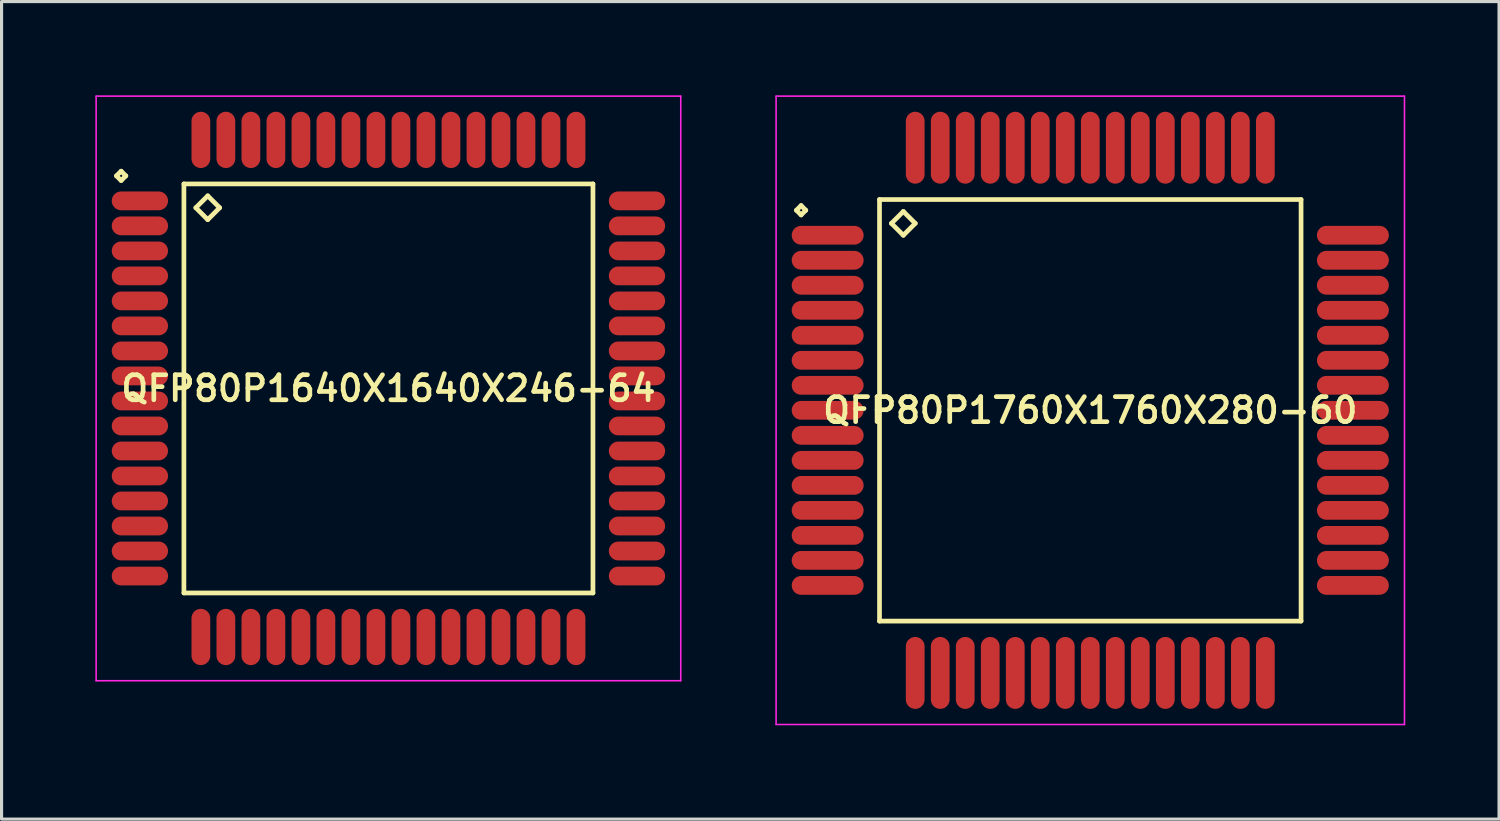
<source format=kicad_pcb>
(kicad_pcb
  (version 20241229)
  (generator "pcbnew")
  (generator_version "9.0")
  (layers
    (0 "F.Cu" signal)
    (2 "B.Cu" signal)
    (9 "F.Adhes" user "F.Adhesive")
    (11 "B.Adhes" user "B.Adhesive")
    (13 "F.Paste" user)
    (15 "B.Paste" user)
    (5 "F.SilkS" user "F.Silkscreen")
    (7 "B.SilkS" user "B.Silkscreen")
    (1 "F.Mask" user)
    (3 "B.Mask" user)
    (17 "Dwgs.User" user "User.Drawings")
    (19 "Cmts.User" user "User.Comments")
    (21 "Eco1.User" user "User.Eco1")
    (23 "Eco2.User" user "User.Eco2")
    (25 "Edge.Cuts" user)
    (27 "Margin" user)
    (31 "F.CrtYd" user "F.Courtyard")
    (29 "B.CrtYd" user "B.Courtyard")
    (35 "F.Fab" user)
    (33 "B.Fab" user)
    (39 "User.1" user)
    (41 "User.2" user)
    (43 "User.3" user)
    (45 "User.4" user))
  (footprint "QFP80P1640X1640X246-64"
    (layer "F.Cu")
    (at 9.375 9.375)
    (property "Reference" "QFP80P1640X1640X246-64" (at 0 0 0) (layer "F.SilkS") (effects (font (size 0.8 0.8) (thickness 0.15))))
    (attr smd)
    (fp_line (start -8.7 -6.8) (end -8.55 -6.95) (stroke (width 0.15) (type solid)) (layer "F.SilkS"))
    (fp_line (start -8.55 -6.95) (end -8.4 -6.8) (stroke (width 0.15) (type solid)) (layer "F.SilkS"))
    (fp_line (start -8.55 -6.65) (end -8.7 -6.8) (stroke (width 0.15) (type solid)) (layer "F.SilkS"))
    (fp_line (start -8.4 -6.8) (end -8.55 -6.65) (stroke (width 0.15) (type solid)) (layer "F.SilkS"))
    (fp_line (start -6.542 -6.542) (end -6.542 6.542) (stroke (width 0.15) (type solid)) (layer "F.SilkS"))
    (fp_line (start -6.542 6.542) (end 6.542 6.542) (stroke (width 0.15) (type solid)) (layer "F.SilkS"))
    (fp_line (start -6.161 -5.78) (end -5.78 -6.161) (stroke (width 0.15) (type solid)) (layer "F.SilkS"))
    (fp_line (start -5.78 -6.161) (end -5.399 -5.78) (stroke (width 0.15) (type solid)) (layer "F.SilkS"))
    (fp_line (start -5.78 -5.399) (end -6.161 -5.78) (stroke (width 0.15) (type solid)) (layer "F.SilkS"))
    (fp_line (start -5.399 -5.78) (end -5.78 -5.399) (stroke (width 0.15) (type solid)) (layer "F.SilkS"))
    (fp_line (start 6.542 -6.542) (end -6.542 -6.542) (stroke (width 0.15) (type solid)) (layer "F.SilkS"))
    (fp_line (start 6.542 6.542) (end 6.542 -6.542) (stroke (width 0.15) (type solid)) (layer "F.SilkS"))
    (fp_line (start -9.35 -9.35) (end 9.35 -9.35) (stroke (width 0.05) (type solid)) (layer "F.CrtYd"))
    (fp_line (start -9.35 9.35) (end -9.35 -9.35) (stroke (width 0.05) (type solid)) (layer "F.CrtYd"))
    (fp_line (start 9.35 -9.35) (end 9.35 9.35) (stroke (width 0.05) (type solid)) (layer "F.CrtYd"))
    (fp_line (start 9.35 9.35) (end -9.35 9.35) (stroke (width 0.05) (type solid)) (layer "F.CrtYd"))
    (pad "1" smd oval (at -7.95 -6) (size 1.8 0.6) (layers "F.Cu" "F.Mask" "F.Paste"))
    (pad "2" smd oval (at -7.95 -5.2) (size 1.8 0.6) (layers "F.Cu" "F.Mask" "F.Paste"))
    (pad "3" smd oval (at -7.95 -4.4) (size 1.8 0.6) (layers "F.Cu" "F.Mask" "F.Paste"))
    (pad "4" smd oval (at -7.95 -3.6) (size 1.8 0.6) (layers "F.Cu" "F.Mask" "F.Paste"))
    (pad "5" smd oval (at -7.95 -2.8) (size 1.8 0.6) (layers "F.Cu" "F.Mask" "F.Paste"))
    (pad "6" smd oval (at -7.95 -2) (size 1.8 0.6) (layers "F.Cu" "F.Mask" "F.Paste"))
    (pad "7" smd oval (at -7.95 -1.2) (size 1.8 0.6) (layers "F.Cu" "F.Mask" "F.Paste"))
    (pad "8" smd oval (at -7.95 -0.4) (size 1.8 0.6) (layers "F.Cu" "F.Mask" "F.Paste"))
    (pad "9" smd oval (at -7.95 0.4) (size 1.8 0.6) (layers "F.Cu" "F.Mask" "F.Paste"))
    (pad "10" smd oval (at -7.95 1.2) (size 1.8 0.6) (layers "F.Cu" "F.Mask" "F.Paste"))
    (pad "11" smd oval (at -7.95 2) (size 1.8 0.6) (layers "F.Cu" "F.Mask" "F.Paste"))
    (pad "12" smd oval (at -7.95 2.8) (size 1.8 0.6) (layers "F.Cu" "F.Mask" "F.Paste"))
    (pad "13" smd oval (at -7.95 3.6) (size 1.8 0.6) (layers "F.Cu" "F.Mask" "F.Paste"))
    (pad "14" smd oval (at -7.95 4.4) (size 1.8 0.6) (layers "F.Cu" "F.Mask" "F.Paste"))
    (pad "15" smd oval (at -7.95 5.2) (size 1.8 0.6) (layers "F.Cu" "F.Mask" "F.Paste"))
    (pad "16" smd oval (at -7.95 6) (size 1.8 0.6) (layers "F.Cu" "F.Mask" "F.Paste"))
    (pad "17" smd oval (at -6 7.95) (size 0.6 1.8) (layers "F.Cu" "F.Mask" "F.Paste"))
    (pad "18" smd oval (at -5.2 7.95) (size 0.6 1.8) (layers "F.Cu" "F.Mask" "F.Paste"))
    (pad "19" smd oval (at -4.4 7.95) (size 0.6 1.8) (layers "F.Cu" "F.Mask" "F.Paste"))
    (pad "20" smd oval (at -3.6 7.95) (size 0.6 1.8) (layers "F.Cu" "F.Mask" "F.Paste"))
    (pad "21" smd oval (at -2.8 7.95) (size 0.6 1.8) (layers "F.Cu" "F.Mask" "F.Paste"))
    (pad "22" smd oval (at -2 7.95) (size 0.6 1.8) (layers "F.Cu" "F.Mask" "F.Paste"))
    (pad "23" smd oval (at -1.2 7.95) (size 0.6 1.8) (layers "F.Cu" "F.Mask" "F.Paste"))
    (pad "24" smd oval (at -0.4 7.95) (size 0.6 1.8) (layers "F.Cu" "F.Mask" "F.Paste"))
    (pad "25" smd oval (at 0.4 7.95) (size 0.6 1.8) (layers "F.Cu" "F.Mask" "F.Paste"))
    (pad "26" smd oval (at 1.2 7.95) (size 0.6 1.8) (layers "F.Cu" "F.Mask" "F.Paste"))
    (pad "27" smd oval (at 2 7.95) (size 0.6 1.8) (layers "F.Cu" "F.Mask" "F.Paste"))
    (pad "28" smd oval (at 2.8 7.95) (size 0.6 1.8) (layers "F.Cu" "F.Mask" "F.Paste"))
    (pad "29" smd oval (at 3.6 7.95) (size 0.6 1.8) (layers "F.Cu" "F.Mask" "F.Paste"))
    (pad "30" smd oval (at 4.4 7.95) (size 0.6 1.8) (layers "F.Cu" "F.Mask" "F.Paste"))
    (pad "31" smd oval (at 5.2 7.95) (size 0.6 1.8) (layers "F.Cu" "F.Mask" "F.Paste"))
    (pad "32" smd oval (at 6 7.95) (size 0.6 1.8) (layers "F.Cu" "F.Mask" "F.Paste"))
    (pad "33" smd oval (at 7.95 6) (size 1.8 0.6) (layers "F.Cu" "F.Mask" "F.Paste"))
    (pad "34" smd oval (at 7.95 5.2) (size 1.8 0.6) (layers "F.Cu" "F.Mask" "F.Paste"))
    (pad "35" smd oval (at 7.95 4.4) (size 1.8 0.6) (layers "F.Cu" "F.Mask" "F.Paste"))
    (pad "36" smd oval (at 7.95 3.6) (size 1.8 0.6) (layers "F.Cu" "F.Mask" "F.Paste"))
    (pad "37" smd oval (at 7.95 2.8) (size 1.8 0.6) (layers "F.Cu" "F.Mask" "F.Paste"))
    (pad "38" smd oval (at 7.95 2) (size 1.8 0.6) (layers "F.Cu" "F.Mask" "F.Paste"))
    (pad "39" smd oval (at 7.95 1.2) (size 1.8 0.6) (layers "F.Cu" "F.Mask" "F.Paste"))
    (pad "40" smd oval (at 7.95 0.4) (size 1.8 0.6) (layers "F.Cu" "F.Mask" "F.Paste"))
    (pad "41" smd oval (at 7.95 -0.4) (size 1.8 0.6) (layers "F.Cu" "F.Mask" "F.Paste"))
    (pad "42" smd oval (at 7.95 -1.2) (size 1.8 0.6) (layers "F.Cu" "F.Mask" "F.Paste"))
    (pad "43" smd oval (at 7.95 -2) (size 1.8 0.6) (layers "F.Cu" "F.Mask" "F.Paste"))
    (pad "44" smd oval (at 7.95 -2.8) (size 1.8 0.6) (layers "F.Cu" "F.Mask" "F.Paste"))
    (pad "45" smd oval (at 7.95 -3.6) (size 1.8 0.6) (layers "F.Cu" "F.Mask" "F.Paste"))
    (pad "46" smd oval (at 7.95 -4.4) (size 1.8 0.6) (layers "F.Cu" "F.Mask" "F.Paste"))
    (pad "47" smd oval (at 7.95 -5.2) (size 1.8 0.6) (layers "F.Cu" "F.Mask" "F.Paste"))
    (pad "48" smd oval (at 7.95 -6) (size 1.8 0.6) (layers "F.Cu" "F.Mask" "F.Paste"))
    (pad "49" smd oval (at 6 -7.95) (size 0.6 1.8) (layers "F.Cu" "F.Mask" "F.Paste"))
    (pad "50" smd oval (at 5.2 -7.95) (size 0.6 1.8) (layers "F.Cu" "F.Mask" "F.Paste"))
    (pad "51" smd oval (at 4.4 -7.95) (size 0.6 1.8) (layers "F.Cu" "F.Mask" "F.Paste"))
    (pad "52" smd oval (at 3.6 -7.95) (size 0.6 1.8) (layers "F.Cu" "F.Mask" "F.Paste"))
    (pad "53" smd oval (at 2.8 -7.95) (size 0.6 1.8) (layers "F.Cu" "F.Mask" "F.Paste"))
    (pad "54" smd oval (at 2 -7.95) (size 0.6 1.8) (layers "F.Cu" "F.Mask" "F.Paste"))
    (pad "55" smd oval (at 1.2 -7.95) (size 0.6 1.8) (layers "F.Cu" "F.Mask" "F.Paste"))
    (pad "56" smd oval (at 0.4 -7.95) (size 0.6 1.8) (layers "F.Cu" "F.Mask" "F.Paste"))
    (pad "57" smd oval (at -0.4 -7.95) (size 0.6 1.8) (layers "F.Cu" "F.Mask" "F.Paste"))
    (pad "58" smd oval (at -1.2 -7.95) (size 0.6 1.8) (layers "F.Cu" "F.Mask" "F.Paste"))
    (pad "59" smd oval (at -2 -7.95) (size 0.6 1.8) (layers "F.Cu" "F.Mask" "F.Paste"))
    (pad "60" smd oval (at -2.8 -7.95) (size 0.6 1.8) (layers "F.Cu" "F.Mask" "F.Paste"))
    (pad "61" smd oval (at -3.6 -7.95) (size 0.6 1.8) (layers "F.Cu" "F.Mask" "F.Paste"))
    (pad "62" smd oval (at -4.4 -7.95) (size 0.6 1.8) (layers "F.Cu" "F.Mask" "F.Paste"))
    (pad "63" smd oval (at -5.2 -7.95) (size 0.6 1.8) (layers "F.Cu" "F.Mask" "F.Paste"))
    (pad "64" smd oval (at -6 -7.95) (size 0.6 1.8) (layers "F.Cu" "F.Mask" "F.Paste")))
  (footprint "QFP80P1760X1760X280-60"
    (layer "F.Cu")
    (at 31.825 10.075)
    (property "Reference" "QFP80P1760X1760X280-60" (at 0 0 0) (layer "F.SilkS") (effects (font (size 0.8 0.8) (thickness 0.15))))
    (attr smd)
    (fp_line (start -9.4 -6.4) (end -9.25 -6.55) (stroke (width 0.15) (type solid)) (layer "F.SilkS"))
    (fp_line (start -9.25 -6.55) (end -9.1 -6.4) (stroke (width 0.15) (type solid)) (layer "F.SilkS"))
    (fp_line (start -9.25 -6.25) (end -9.4 -6.4) (stroke (width 0.15) (type solid)) (layer "F.SilkS"))
    (fp_line (start -9.1 -6.4) (end -9.25 -6.25) (stroke (width 0.15) (type solid)) (layer "F.SilkS"))
    (fp_line (start -6.742 -6.742) (end -6.742 6.742) (stroke (width 0.15) (type solid)) (layer "F.SilkS"))
    (fp_line (start -6.742 6.742) (end 6.742 6.742) (stroke (width 0.15) (type solid)) (layer "F.SilkS"))
    (fp_line (start -6.361 -5.98) (end -5.98 -6.361) (stroke (width 0.15) (type solid)) (layer "F.SilkS"))
    (fp_line (start -5.98 -6.361) (end -5.599 -5.98) (stroke (width 0.15) (type solid)) (layer "F.SilkS"))
    (fp_line (start -5.98 -5.599) (end -6.361 -5.98) (stroke (width 0.15) (type solid)) (layer "F.SilkS"))
    (fp_line (start -5.599 -5.98) (end -5.98 -5.599) (stroke (width 0.15) (type solid)) (layer "F.SilkS"))
    (fp_line (start 6.742 -6.742) (end -6.742 -6.742) (stroke (width 0.15) (type solid)) (layer "F.SilkS"))
    (fp_line (start 6.742 6.742) (end 6.742 -6.742) (stroke (width 0.15) (type solid)) (layer "F.SilkS"))
    (fp_line (start -10.05 -10.05) (end 10.05 -10.05) (stroke (width 0.05) (type solid)) (layer "F.CrtYd"))
    (fp_line (start -10.05 10.05) (end -10.05 -10.05) (stroke (width 0.05) (type solid)) (layer "F.CrtYd"))
    (fp_line (start 10.05 -10.05) (end 10.05 10.05) (stroke (width 0.05) (type solid)) (layer "F.CrtYd"))
    (fp_line (start 10.05 10.05) (end -10.05 10.05) (stroke (width 0.05) (type solid)) (layer "F.CrtYd"))
    (pad "1" smd oval (at -8.4 -5.6) (size 2.3 0.6) (layers "F.Cu" "F.Mask" "F.Paste"))
    (pad "2" smd oval (at -8.4 -4.8) (size 2.3 0.6) (layers "F.Cu" "F.Mask" "F.Paste"))
    (pad "3" smd oval (at -8.4 -4) (size 2.3 0.6) (layers "F.Cu" "F.Mask" "F.Paste"))
    (pad "4" smd oval (at -8.4 -3.2) (size 2.3 0.6) (layers "F.Cu" "F.Mask" "F.Paste"))
    (pad "5" smd oval (at -8.4 -2.4) (size 2.3 0.6) (layers "F.Cu" "F.Mask" "F.Paste"))
    (pad "6" smd oval (at -8.4 -1.6) (size 2.3 0.6) (layers "F.Cu" "F.Mask" "F.Paste"))
    (pad "7" smd oval (at -8.4 -0.8) (size 2.3 0.6) (layers "F.Cu" "F.Mask" "F.Paste"))
    (pad "8" smd oval (at -8.4 0) (size 2.3 0.6) (layers "F.Cu" "F.Mask" "F.Paste"))
    (pad "9" smd oval (at -8.4 0.8) (size 2.3 0.6) (layers "F.Cu" "F.Mask" "F.Paste"))
    (pad "10" smd oval (at -8.4 1.6) (size 2.3 0.6) (layers "F.Cu" "F.Mask" "F.Paste"))
    (pad "11" smd oval (at -8.4 2.4) (size 2.3 0.6) (layers "F.Cu" "F.Mask" "F.Paste"))
    (pad "12" smd oval (at -8.4 3.2) (size 2.3 0.6) (layers "F.Cu" "F.Mask" "F.Paste"))
    (pad "13" smd oval (at -8.4 4) (size 2.3 0.6) (layers "F.Cu" "F.Mask" "F.Paste"))
    (pad "14" smd oval (at -8.4 4.8) (size 2.3 0.6) (layers "F.Cu" "F.Mask" "F.Paste"))
    (pad "15" smd oval (at -8.4 5.6) (size 2.3 0.6) (layers "F.Cu" "F.Mask" "F.Paste"))
    (pad "16" smd oval (at -5.6 8.4) (size 0.6 2.3) (layers "F.Cu" "F.Mask" "F.Paste"))
    (pad "17" smd oval (at -4.8 8.4) (size 0.6 2.3) (layers "F.Cu" "F.Mask" "F.Paste"))
    (pad "18" smd oval (at -4 8.4) (size 0.6 2.3) (layers "F.Cu" "F.Mask" "F.Paste"))
    (pad "19" smd oval (at -3.2 8.4) (size 0.6 2.3) (layers "F.Cu" "F.Mask" "F.Paste"))
    (pad "20" smd oval (at -2.4 8.4) (size 0.6 2.3) (layers "F.Cu" "F.Mask" "F.Paste"))
    (pad "21" smd oval (at -1.6 8.4) (size 0.6 2.3) (layers "F.Cu" "F.Mask" "F.Paste"))
    (pad "22" smd oval (at -0.8 8.4) (size 0.6 2.3) (layers "F.Cu" "F.Mask" "F.Paste"))
    (pad "23" smd oval (at 0 8.4) (size 0.6 2.3) (layers "F.Cu" "F.Mask" "F.Paste"))
    (pad "24" smd oval (at 0.8 8.4) (size 0.6 2.3) (layers "F.Cu" "F.Mask" "F.Paste"))
    (pad "25" smd oval (at 1.6 8.4) (size 0.6 2.3) (layers "F.Cu" "F.Mask" "F.Paste"))
    (pad "26" smd oval (at 2.4 8.4) (size 0.6 2.3) (layers "F.Cu" "F.Mask" "F.Paste"))
    (pad "27" smd oval (at 3.2 8.4) (size 0.6 2.3) (layers "F.Cu" "F.Mask" "F.Paste"))
    (pad "28" smd oval (at 4 8.4) (size 0.6 2.3) (layers "F.Cu" "F.Mask" "F.Paste"))
    (pad "29" smd oval (at 4.8 8.4) (size 0.6 2.3) (layers "F.Cu" "F.Mask" "F.Paste"))
    (pad "30" smd oval (at 5.6 8.4) (size 0.6 2.3) (layers "F.Cu" "F.Mask" "F.Paste"))
    (pad "31" smd oval (at 8.4 5.6) (size 2.3 0.6) (layers "F.Cu" "F.Mask" "F.Paste"))
    (pad "32" smd oval (at 8.4 4.8) (size 2.3 0.6) (layers "F.Cu" "F.Mask" "F.Paste"))
    (pad "33" smd oval (at 8.4 4) (size 2.3 0.6) (layers "F.Cu" "F.Mask" "F.Paste"))
    (pad "34" smd oval (at 8.4 3.2) (size 2.3 0.6) (layers "F.Cu" "F.Mask" "F.Paste"))
    (pad "35" smd oval (at 8.4 2.4) (size 2.3 0.6) (layers "F.Cu" "F.Mask" "F.Paste"))
    (pad "36" smd oval (at 8.4 1.6) (size 2.3 0.6) (layers "F.Cu" "F.Mask" "F.Paste"))
    (pad "37" smd oval (at 8.4 0.8) (size 2.3 0.6) (layers "F.Cu" "F.Mask" "F.Paste"))
    (pad "38" smd oval (at 8.4 0) (size 2.3 0.6) (layers "F.Cu" "F.Mask" "F.Paste"))
    (pad "39" smd oval (at 8.4 -0.8) (size 2.3 0.6) (layers "F.Cu" "F.Mask" "F.Paste"))
    (pad "40" smd oval (at 8.4 -1.6) (size 2.3 0.6) (layers "F.Cu" "F.Mask" "F.Paste"))
    (pad "41" smd oval (at 8.4 -2.4) (size 2.3 0.6) (layers "F.Cu" "F.Mask" "F.Paste"))
    (pad "42" smd oval (at 8.4 -3.2) (size 2.3 0.6) (layers "F.Cu" "F.Mask" "F.Paste"))
    (pad "43" smd oval (at 8.4 -4) (size 2.3 0.6) (layers "F.Cu" "F.Mask" "F.Paste"))
    (pad "44" smd oval (at 8.4 -4.8) (size 2.3 0.6) (layers "F.Cu" "F.Mask" "F.Paste"))
    (pad "45" smd oval (at 8.4 -5.6) (size 2.3 0.6) (layers "F.Cu" "F.Mask" "F.Paste"))
    (pad "46" smd oval (at 5.6 -8.4) (size 0.6 2.3) (layers "F.Cu" "F.Mask" "F.Paste"))
    (pad "47" smd oval (at 4.8 -8.4) (size 0.6 2.3) (layers "F.Cu" "F.Mask" "F.Paste"))
    (pad "48" smd oval (at 4 -8.4) (size 0.6 2.3) (layers "F.Cu" "F.Mask" "F.Paste"))
    (pad "49" smd oval (at 3.2 -8.4) (size 0.6 2.3) (layers "F.Cu" "F.Mask" "F.Paste"))
    (pad "50" smd oval (at 2.4 -8.4) (size 0.6 2.3) (layers "F.Cu" "F.Mask" "F.Paste"))
    (pad "51" smd oval (at 1.6 -8.4) (size 0.6 2.3) (layers "F.Cu" "F.Mask" "F.Paste"))
    (pad "52" smd oval (at 0.8 -8.4) (size 0.6 2.3) (layers "F.Cu" "F.Mask" "F.Paste"))
    (pad "53" smd oval (at 0 -8.4) (size 0.6 2.3) (layers "F.Cu" "F.Mask" "F.Paste"))
    (pad "54" smd oval (at -0.8 -8.4) (size 0.6 2.3) (layers "F.Cu" "F.Mask" "F.Paste"))
    (pad "55" smd oval (at -1.6 -8.4) (size 0.6 2.3) (layers "F.Cu" "F.Mask" "F.Paste"))
    (pad "56" smd oval (at -2.4 -8.4) (size 0.6 2.3) (layers "F.Cu" "F.Mask" "F.Paste"))
    (pad "57" smd oval (at -3.2 -8.4) (size 0.6 2.3) (layers "F.Cu" "F.Mask" "F.Paste"))
    (pad "58" smd oval (at -4 -8.4) (size 0.6 2.3) (layers "F.Cu" "F.Mask" "F.Paste"))
    (pad "59" smd oval (at -4.8 -8.4) (size 0.6 2.3) (layers "F.Cu" "F.Mask" "F.Paste"))
    (pad "60" smd oval (at -5.6 -8.4) (size 0.6 2.3) (layers "F.Cu" "F.Mask" "F.Paste")))
  (gr_rect
    (start -3 -3)
    (end 44.9 23.15)
    (stroke (width 0.1) (type default))
    (fill no)
    (layer "Edge.Cuts")))
</source>
